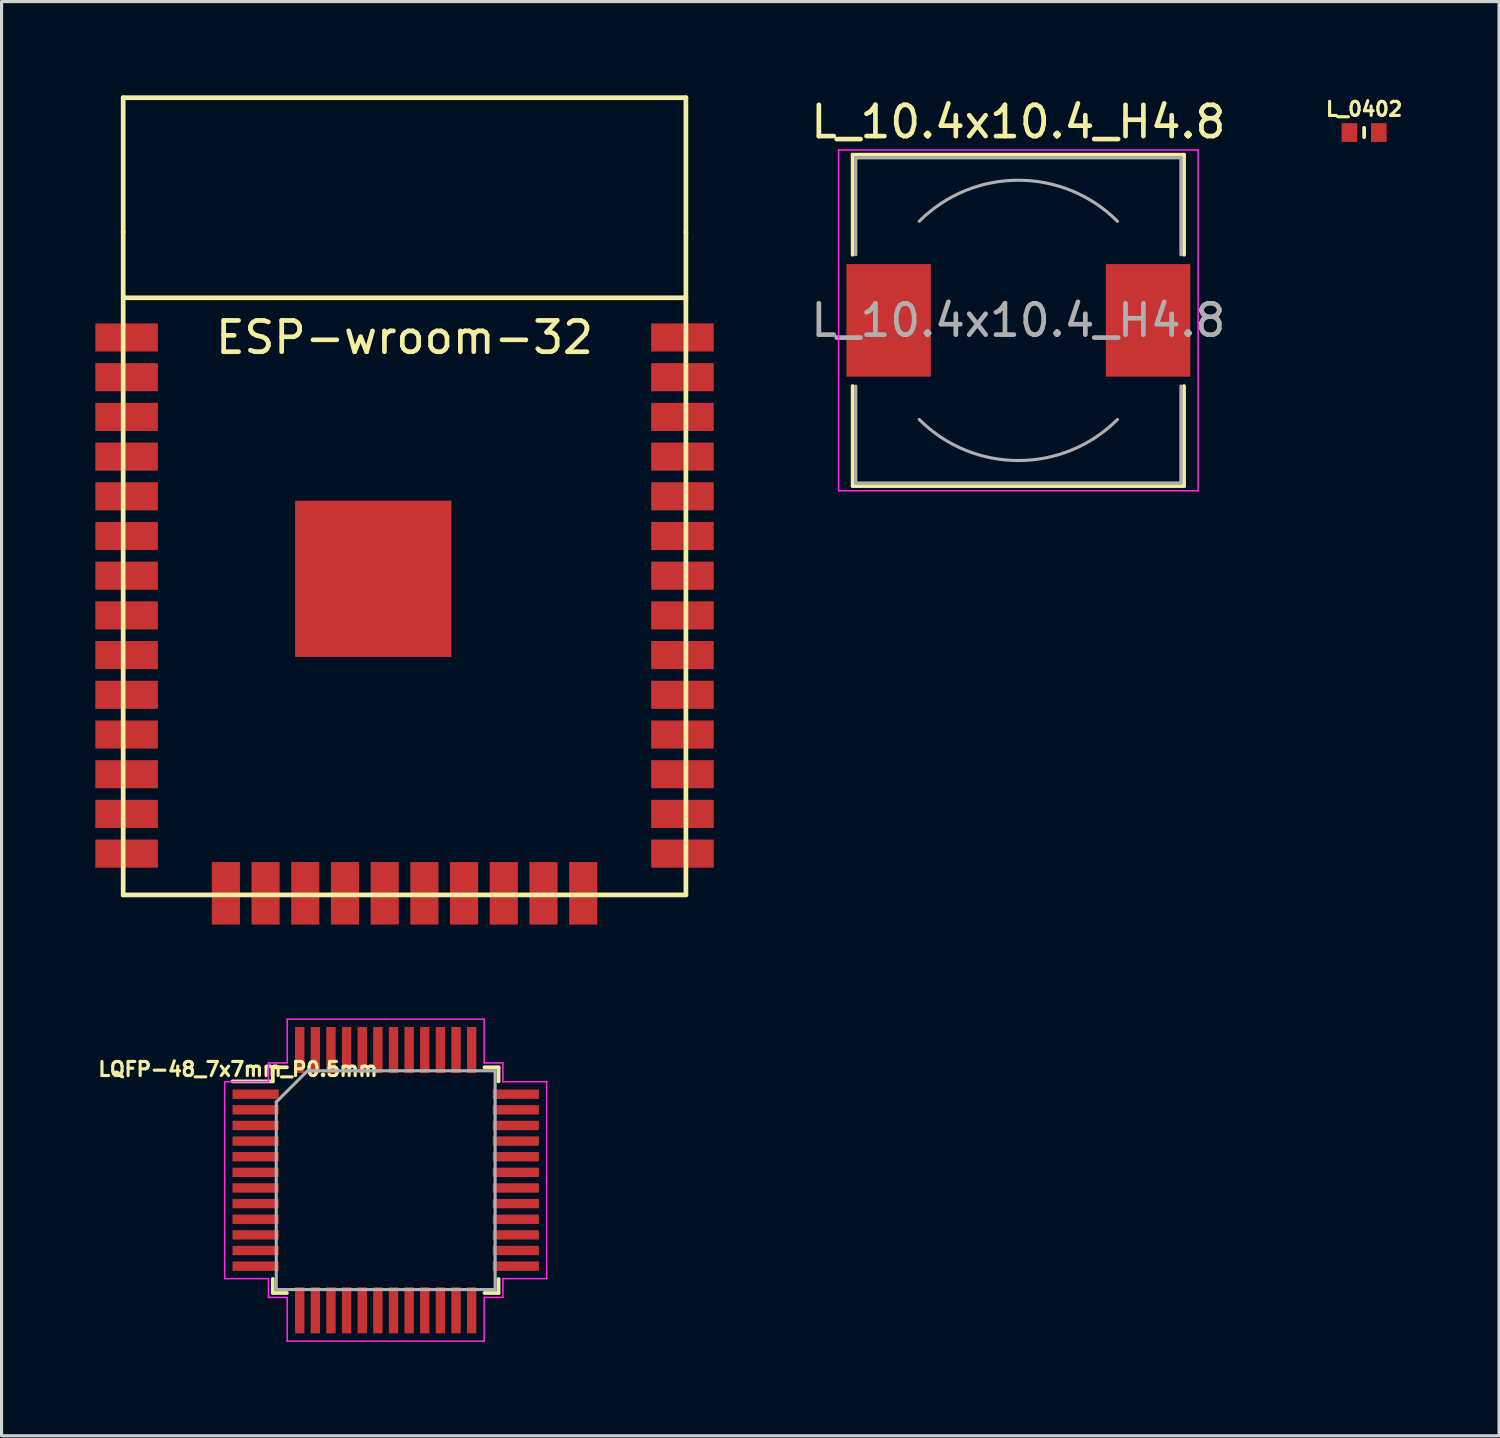
<source format=kicad_pcb>
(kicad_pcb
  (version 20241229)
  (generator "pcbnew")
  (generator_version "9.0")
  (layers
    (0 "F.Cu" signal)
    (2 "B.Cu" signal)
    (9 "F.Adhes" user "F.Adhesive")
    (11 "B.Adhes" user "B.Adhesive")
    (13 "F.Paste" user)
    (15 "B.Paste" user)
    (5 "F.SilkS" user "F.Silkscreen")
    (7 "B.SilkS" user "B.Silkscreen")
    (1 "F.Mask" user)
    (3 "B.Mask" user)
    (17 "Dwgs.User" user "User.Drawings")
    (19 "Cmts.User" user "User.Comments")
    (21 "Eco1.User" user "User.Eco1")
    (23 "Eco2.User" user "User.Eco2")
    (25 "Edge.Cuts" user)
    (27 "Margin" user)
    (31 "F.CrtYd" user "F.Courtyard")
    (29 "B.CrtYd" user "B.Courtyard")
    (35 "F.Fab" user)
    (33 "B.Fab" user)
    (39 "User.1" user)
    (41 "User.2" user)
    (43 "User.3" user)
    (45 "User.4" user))
  (footprint "L_10.4x10.4_H4.8"
    (layer "F.Cu")
    (at 29.524 7.198)
    (property "Reference" "L_10.4x10.4_H4.8" (at 0 -6.35 180) (layer "F.SilkS") (effects (font (size 1 1) (thickness 0.15))))
    (attr smd)
    (fp_line (start -5.3 -5.3) (end 5.3 -5.3) (stroke (width 0.12) (type solid)) (layer "F.SilkS"))
    (fp_line (start -5.3 -2.1) (end -5.3 -5.3) (stroke (width 0.12) (type solid)) (layer "F.SilkS"))
    (fp_line (start -5.3 5.3) (end -5.3 2.1) (stroke (width 0.12) (type solid)) (layer "F.SilkS"))
    (fp_line (start 5.3 -5.3) (end 5.3 -2.1) (stroke (width 0.12) (type solid)) (layer "F.SilkS"))
    (fp_line (start 5.3 2.1) (end 5.3 5.3) (stroke (width 0.12) (type solid)) (layer "F.SilkS"))
    (fp_line (start 5.3 5.3) (end -5.3 5.3) (stroke (width 0.12) (type solid)) (layer "F.SilkS"))
    (fp_line (start -5.75 -5.45) (end -5.75 5.45) (stroke (width 0.05) (type solid)) (layer "F.CrtYd"))
    (fp_line (start -5.75 5.45) (end 5.75 5.45) (stroke (width 0.05) (type solid)) (layer "F.CrtYd"))
    (fp_line (start 5.75 -5.45) (end -5.75 -5.45) (stroke (width 0.05) (type solid)) (layer "F.CrtYd"))
    (fp_line (start 5.75 5.45) (end 5.75 -5.45) (stroke (width 0.05) (type solid)) (layer "F.CrtYd"))
    (fp_line (start -5.2 -5.2) (end -5.2 -2.1) (stroke (width 0.1) (type solid)) (layer "F.Fab"))
    (fp_line (start -5.2 -5.2) (end 5.2 -5.2) (stroke (width 0.1) (type solid)) (layer "F.Fab"))
    (fp_line (start -5.2 5.2) (end -5.2 2.1) (stroke (width 0.1) (type solid)) (layer "F.Fab"))
    (fp_line (start -5.2 5.2) (end 5.2 5.2) (stroke (width 0.1) (type solid)) (layer "F.Fab"))
    (fp_line (start 5.2 -5.2) (end 5.2 -2.1) (stroke (width 0.1) (type solid)) (layer "F.Fab"))
    (fp_line (start 5.2 5.2) (end 5.2 2.1) (stroke (width 0.1) (type solid)) (layer "F.Fab"))
    (fp_arc (start -3.17 -3.17) (mid 0 -4.483057) (end 3.17 -3.17) (stroke (width 0.1) (type solid)) (layer "F.Fab"))
    (fp_arc (start 3.17 3.17) (mid 0 4.483057) (end -3.17 3.17) (stroke (width 0.1) (type solid)) (layer "F.Fab"))
    (fp_text user "${REFERENCE}" (at 0 0 180) (layer "F.Fab") (effects (font (size 1 1) (thickness 0.15))))
    (pad "1" smd rect (at -4.15 0) (size 2.7 3.6) (layers "F.Cu" "F.Mask" "F.Paste"))
    (pad "2" smd rect (at 4.15 0) (size 2.7 3.6) (layers "F.Cu" "F.Mask" "F.Paste")))
  (footprint "ESP-wroom-32"
    (layer "F.Cu")
    (at 9.89 12.825)
    (property "Reference" "ESP-wroom-32" (at 0 -5.08 0) (layer "F.SilkS") (effects (font (size 1 1) (thickness 0.15))))
    (attr through_hole)
    (fp_line (start -9 -12.75) (end -9 -8.45) (stroke (width 0.15) (type solid)) (layer "F.SilkS"))
    (fp_line (start -9 -12.75) (end 9 -12.75) (stroke (width 0.15) (type solid)) (layer "F.SilkS"))
    (fp_line (start -9 -8.45) (end -9 12.75) (stroke (width 0.15) (type solid)) (layer "F.SilkS"))
    (fp_line (start -9 -6.35) (end 9 -6.35) (stroke (width 0.15) (type solid)) (layer "F.SilkS"))
    (fp_line (start -9 12.75) (end 9 12.75) (stroke (width 0.15) (type solid)) (layer "F.SilkS"))
    (fp_line (start 9 -12.75) (end 9 -8.45) (stroke (width 0.15) (type solid)) (layer "F.SilkS"))
    (fp_line (start 9 12.75) (end 9 -8.45) (stroke (width 0.15) (type solid)) (layer "F.SilkS"))
    (pad "1" smd rect (at -8.89 -5.08) (size 2 0.9) (layers "F.Cu" "F.Mask" "F.Paste"))
    (pad "2" smd rect (at -8.89 -3.81) (size 2 0.9) (layers "F.Cu" "F.Mask" "F.Paste"))
    (pad "3" smd rect (at -8.89 -2.54) (size 2 0.9) (layers "F.Cu" "F.Mask" "F.Paste"))
    (pad "4" smd rect (at -8.89 -1.27) (size 2 0.9) (layers "F.Cu" "F.Mask" "F.Paste"))
    (pad "5" smd rect (at -8.89 0) (size 2 0.9) (layers "F.Cu" "F.Mask" "F.Paste"))
    (pad "6" smd rect (at -8.89 1.27) (size 2 0.9) (layers "F.Cu" "F.Mask" "F.Paste"))
    (pad "7" smd rect (at -8.89 2.54) (size 2 0.9) (layers "F.Cu" "F.Mask" "F.Paste"))
    (pad "8" smd rect (at -8.89 3.81) (size 2 0.9) (layers "F.Cu" "F.Mask" "F.Paste"))
    (pad "9" smd rect (at -8.89 5.08) (size 2 0.9) (layers "F.Cu" "F.Mask" "F.Paste"))
    (pad "10" smd rect (at -8.89 6.35) (size 2 0.9) (layers "F.Cu" "F.Mask" "F.Paste"))
    (pad "11" smd rect (at -8.89 7.62) (size 2 0.9) (layers "F.Cu" "F.Mask" "F.Paste"))
    (pad "12" smd rect (at -8.89 8.89) (size 2 0.9) (layers "F.Cu" "F.Mask" "F.Paste"))
    (pad "13" smd rect (at -8.89 10.16) (size 2 0.9) (layers "F.Cu" "F.Mask" "F.Paste"))
    (pad "14" smd rect (at -8.89 11.43) (size 2 0.9) (layers "F.Cu" "F.Mask" "F.Paste"))
    (pad "15" smd rect (at -5.715 12.7) (size 0.9 2) (layers "F.Cu" "F.Mask" "F.Paste"))
    (pad "16" smd rect (at -4.445 12.7) (size 0.9 2) (layers "F.Cu" "F.Mask" "F.Paste"))
    (pad "17" smd rect (at -3.175 12.7) (size 0.9 2) (layers "F.Cu" "F.Mask" "F.Paste"))
    (pad "18" smd rect (at -1.905 12.7) (size 0.9 2) (layers "F.Cu" "F.Mask" "F.Paste"))
    (pad "19" smd rect (at -0.635 12.7) (size 0.9 2) (layers "F.Cu" "F.Mask" "F.Paste"))
    (pad "20" smd rect (at 0.635 12.7) (size 0.9 2) (layers "F.Cu" "F.Mask" "F.Paste"))
    (pad "21" smd rect (at 1.905 12.7) (size 0.9 2) (layers "F.Cu" "F.Mask" "F.Paste"))
    (pad "22" smd rect (at 3.175 12.7) (size 0.9 2) (layers "F.Cu" "F.Mask" "F.Paste"))
    (pad "23" smd rect (at 4.445 12.7) (size 0.9 2) (layers "F.Cu" "F.Mask" "F.Paste"))
    (pad "24" smd rect (at 5.715 12.7) (size 0.9 2) (layers "F.Cu" "F.Mask" "F.Paste"))
    (pad "25" smd rect (at 8.89 11.43) (size 2 0.9) (layers "F.Cu" "F.Mask" "F.Paste"))
    (pad "26" smd rect (at 8.89 10.16) (size 2 0.9) (layers "F.Cu" "F.Mask" "F.Paste"))
    (pad "27" smd rect (at 8.89 8.89) (size 2 0.9) (layers "F.Cu" "F.Mask" "F.Paste"))
    (pad "28" smd rect (at 8.89 7.62) (size 2 0.9) (layers "F.Cu" "F.Mask" "F.Paste"))
    (pad "29" smd rect (at 8.89 6.35) (size 2 0.9) (layers "F.Cu" "F.Mask" "F.Paste"))
    (pad "30" smd rect (at 8.89 5.08) (size 2 0.9) (layers "F.Cu" "F.Mask" "F.Paste"))
    (pad "31" smd rect (at 8.89 3.81) (size 2 0.9) (layers "F.Cu" "F.Mask" "F.Paste"))
    (pad "32" smd rect (at 8.89 2.54) (size 2 0.9) (layers "F.Cu" "F.Mask" "F.Paste"))
    (pad "33" smd rect (at 8.89 1.27) (size 2 0.9) (layers "F.Cu" "F.Mask" "F.Paste"))
    (pad "34" smd rect (at 8.89 0) (size 2 0.9) (layers "F.Cu" "F.Mask" "F.Paste"))
    (pad "35" smd rect (at 8.89 -1.27) (size 2 0.9) (layers "F.Cu" "F.Mask" "F.Paste"))
    (pad "36" smd rect (at 8.89 -2.54) (size 2 0.9) (layers "F.Cu" "F.Mask" "F.Paste"))
    (pad "37" smd rect (at 8.89 -3.81) (size 2 0.9) (layers "F.Cu" "F.Mask" "F.Paste"))
    (pad "38" smd rect (at 8.89 -5.08) (size 2 0.9) (layers "F.Cu" "F.Mask" "F.Paste"))
    (pad "GND" smd rect (at -1 2.64) (size 5 5) (layers "F.Cu" "F.Mask" "F.Paste")))
  (footprint "LQFP-48_7x7mm_P0.5mm"
    (layer "F.Cu")
    (at 9.287 34.7)
    (property "Reference" "LQFP-48_7x7mm_P0.5mm" (at -4.725 -3.55 0) (layer "F.SilkS") (effects (font (size 0.45 0.45) (thickness 0.1))))
    (attr smd)
    (fp_line (start -3.61 -3.61) (end -3.61 -3.16) (stroke (width 0.12) (type solid)) (layer "F.SilkS"))
    (fp_line (start -3.61 -3.16) (end -4.9 -3.16) (stroke (width 0.12) (type solid)) (layer "F.SilkS"))
    (fp_line (start -3.61 3.61) (end -3.61 3.16) (stroke (width 0.12) (type solid)) (layer "F.SilkS"))
    (fp_line (start -3.16 -3.61) (end -3.61 -3.61) (stroke (width 0.12) (type solid)) (layer "F.SilkS"))
    (fp_line (start -3.16 3.61) (end -3.61 3.61) (stroke (width 0.12) (type solid)) (layer "F.SilkS"))
    (fp_line (start 3.16 -3.61) (end 3.61 -3.61) (stroke (width 0.12) (type solid)) (layer "F.SilkS"))
    (fp_line (start 3.16 3.61) (end 3.61 3.61) (stroke (width 0.12) (type solid)) (layer "F.SilkS"))
    (fp_line (start 3.61 -3.61) (end 3.61 -3.16) (stroke (width 0.12) (type solid)) (layer "F.SilkS"))
    (fp_line (start 3.61 3.61) (end 3.61 3.16) (stroke (width 0.12) (type solid)) (layer "F.SilkS"))
    (fp_line (start -5.15 -3.15) (end -5.15 0) (stroke (width 0.05) (type solid)) (layer "F.CrtYd"))
    (fp_line (start -5.15 3.15) (end -5.15 0) (stroke (width 0.05) (type solid)) (layer "F.CrtYd"))
    (fp_line (start -3.75 -3.75) (end -3.75 -3.15) (stroke (width 0.05) (type solid)) (layer "F.CrtYd"))
    (fp_line (start -3.75 -3.15) (end -5.15 -3.15) (stroke (width 0.05) (type solid)) (layer "F.CrtYd"))
    (fp_line (start -3.75 3.15) (end -5.15 3.15) (stroke (width 0.05) (type solid)) (layer "F.CrtYd"))
    (fp_line (start -3.75 3.75) (end -3.75 3.15) (stroke (width 0.05) (type solid)) (layer "F.CrtYd"))
    (fp_line (start -3.15 -5.15) (end -3.15 -3.75) (stroke (width 0.05) (type solid)) (layer "F.CrtYd"))
    (fp_line (start -3.15 -3.75) (end -3.75 -3.75) (stroke (width 0.05) (type solid)) (layer "F.CrtYd"))
    (fp_line (start -3.15 3.75) (end -3.75 3.75) (stroke (width 0.05) (type solid)) (layer "F.CrtYd"))
    (fp_line (start -3.15 5.15) (end -3.15 3.75) (stroke (width 0.05) (type solid)) (layer "F.CrtYd"))
    (fp_line (start 0 -5.15) (end -3.15 -5.15) (stroke (width 0.05) (type solid)) (layer "F.CrtYd"))
    (fp_line (start 0 -5.15) (end 3.15 -5.15) (stroke (width 0.05) (type solid)) (layer "F.CrtYd"))
    (fp_line (start 0 5.15) (end -3.15 5.15) (stroke (width 0.05) (type solid)) (layer "F.CrtYd"))
    (fp_line (start 0 5.15) (end 3.15 5.15) (stroke (width 0.05) (type solid)) (layer "F.CrtYd"))
    (fp_line (start 3.15 -5.15) (end 3.15 -3.75) (stroke (width 0.05) (type solid)) (layer "F.CrtYd"))
    (fp_line (start 3.15 -3.75) (end 3.75 -3.75) (stroke (width 0.05) (type solid)) (layer "F.CrtYd"))
    (fp_line (start 3.15 3.75) (end 3.75 3.75) (stroke (width 0.05) (type solid)) (layer "F.CrtYd"))
    (fp_line (start 3.15 5.15) (end 3.15 3.75) (stroke (width 0.05) (type solid)) (layer "F.CrtYd"))
    (fp_line (start 3.75 -3.75) (end 3.75 -3.15) (stroke (width 0.05) (type solid)) (layer "F.CrtYd"))
    (fp_line (start 3.75 -3.15) (end 5.15 -3.15) (stroke (width 0.05) (type solid)) (layer "F.CrtYd"))
    (fp_line (start 3.75 3.15) (end 5.15 3.15) (stroke (width 0.05) (type solid)) (layer "F.CrtYd"))
    (fp_line (start 3.75 3.75) (end 3.75 3.15) (stroke (width 0.05) (type solid)) (layer "F.CrtYd"))
    (fp_line (start 5.15 -3.15) (end 5.15 0) (stroke (width 0.05) (type solid)) (layer "F.CrtYd"))
    (fp_line (start 5.15 3.15) (end 5.15 0) (stroke (width 0.05) (type solid)) (layer "F.CrtYd"))
    (fp_line (start -3.5 -2.5) (end -2.5 -3.5) (stroke (width 0.1) (type solid)) (layer "F.Fab"))
    (fp_line (start -3.5 3.5) (end -3.5 -2.5) (stroke (width 0.1) (type solid)) (layer "F.Fab"))
    (fp_line (start -2.5 -3.5) (end 3.5 -3.5) (stroke (width 0.1) (type solid)) (layer "F.Fab"))
    (fp_line (start 3.5 -3.5) (end 3.5 3.5) (stroke (width 0.1) (type solid)) (layer "F.Fab"))
    (fp_line (start 3.5 3.5) (end -3.5 3.5) (stroke (width 0.1) (type solid)) (layer "F.Fab"))
    (pad "1" smd rect (at -4.162 -2.75) (size 1.475 0.3) (layers "F.Cu" "F.Mask" "F.Paste"))
    (pad "2" smd rect (at -4.162 -2.25) (size 1.475 0.3) (layers "F.Cu" "F.Mask" "F.Paste"))
    (pad "3" smd rect (at -4.162 -1.75) (size 1.475 0.3) (layers "F.Cu" "F.Mask" "F.Paste"))
    (pad "4" smd rect (at -4.162 -1.25) (size 1.475 0.3) (layers "F.Cu" "F.Mask" "F.Paste"))
    (pad "5" smd rect (at -4.162 -0.75) (size 1.475 0.3) (layers "F.Cu" "F.Mask" "F.Paste"))
    (pad "6" smd rect (at -4.162 -0.25) (size 1.475 0.3) (layers "F.Cu" "F.Mask" "F.Paste"))
    (pad "7" smd rect (at -4.162 0.25) (size 1.475 0.3) (layers "F.Cu" "F.Mask" "F.Paste"))
    (pad "8" smd rect (at -4.162 0.75) (size 1.475 0.3) (layers "F.Cu" "F.Mask" "F.Paste"))
    (pad "9" smd rect (at -4.162 1.25) (size 1.475 0.3) (layers "F.Cu" "F.Mask" "F.Paste"))
    (pad "10" smd rect (at -4.162 1.75) (size 1.475 0.3) (layers "F.Cu" "F.Mask" "F.Paste"))
    (pad "11" smd rect (at -4.162 2.25) (size 1.475 0.3) (layers "F.Cu" "F.Mask" "F.Paste"))
    (pad "12" smd rect (at -4.162 2.75) (size 1.475 0.3) (layers "F.Cu" "F.Mask" "F.Paste"))
    (pad "13" smd rect (at -2.75 4.162) (size 0.3 1.475) (layers "F.Cu" "F.Mask" "F.Paste"))
    (pad "14" smd rect (at -2.25 4.162) (size 0.3 1.475) (layers "F.Cu" "F.Mask" "F.Paste"))
    (pad "15" smd rect (at -1.75 4.162) (size 0.3 1.475) (layers "F.Cu" "F.Mask" "F.Paste"))
    (pad "16" smd rect (at -1.25 4.162) (size 0.3 1.475) (layers "F.Cu" "F.Mask" "F.Paste"))
    (pad "17" smd rect (at -0.75 4.162) (size 0.3 1.475) (layers "F.Cu" "F.Mask" "F.Paste"))
    (pad "18" smd rect (at -0.25 4.162) (size 0.3 1.475) (layers "F.Cu" "F.Mask" "F.Paste"))
    (pad "19" smd rect (at 0.25 4.162) (size 0.3 1.475) (layers "F.Cu" "F.Mask" "F.Paste"))
    (pad "20" smd rect (at 0.75 4.162) (size 0.3 1.475) (layers "F.Cu" "F.Mask" "F.Paste"))
    (pad "21" smd rect (at 1.25 4.162) (size 0.3 1.475) (layers "F.Cu" "F.Mask" "F.Paste"))
    (pad "22" smd rect (at 1.75 4.162) (size 0.3 1.475) (layers "F.Cu" "F.Mask" "F.Paste"))
    (pad "23" smd rect (at 2.25 4.162) (size 0.3 1.475) (layers "F.Cu" "F.Mask" "F.Paste"))
    (pad "24" smd rect (at 2.75 4.162) (size 0.3 1.475) (layers "F.Cu" "F.Mask" "F.Paste"))
    (pad "25" smd rect (at 4.162 2.75) (size 1.475 0.3) (layers "F.Cu" "F.Mask" "F.Paste"))
    (pad "26" smd rect (at 4.162 2.25) (size 1.475 0.3) (layers "F.Cu" "F.Mask" "F.Paste"))
    (pad "27" smd rect (at 4.162 1.75) (size 1.475 0.3) (layers "F.Cu" "F.Mask" "F.Paste"))
    (pad "28" smd rect (at 4.162 1.25) (size 1.475 0.3) (layers "F.Cu" "F.Mask" "F.Paste"))
    (pad "29" smd rect (at 4.162 0.75) (size 1.475 0.3) (layers "F.Cu" "F.Mask" "F.Paste"))
    (pad "30" smd rect (at 4.162 0.25) (size 1.475 0.3) (layers "F.Cu" "F.Mask" "F.Paste"))
    (pad "31" smd rect (at 4.162 -0.25) (size 1.475 0.3) (layers "F.Cu" "F.Mask" "F.Paste"))
    (pad "32" smd rect (at 4.162 -0.75) (size 1.475 0.3) (layers "F.Cu" "F.Mask" "F.Paste"))
    (pad "33" smd rect (at 4.162 -1.25) (size 1.475 0.3) (layers "F.Cu" "F.Mask" "F.Paste"))
    (pad "34" smd rect (at 4.162 -1.75) (size 1.475 0.3) (layers "F.Cu" "F.Mask" "F.Paste"))
    (pad "35" smd rect (at 4.162 -2.25) (size 1.475 0.3) (layers "F.Cu" "F.Mask" "F.Paste"))
    (pad "36" smd rect (at 4.162 -2.75) (size 1.475 0.3) (layers "F.Cu" "F.Mask" "F.Paste"))
    (pad "37" smd rect (at 2.75 -4.162) (size 0.3 1.475) (layers "F.Cu" "F.Mask" "F.Paste"))
    (pad "38" smd rect (at 2.25 -4.162) (size 0.3 1.475) (layers "F.Cu" "F.Mask" "F.Paste"))
    (pad "39" smd rect (at 1.75 -4.162) (size 0.3 1.475) (layers "F.Cu" "F.Mask" "F.Paste"))
    (pad "40" smd rect (at 1.25 -4.162) (size 0.3 1.475) (layers "F.Cu" "F.Mask" "F.Paste"))
    (pad "41" smd rect (at 0.75 -4.162) (size 0.3 1.475) (layers "F.Cu" "F.Mask" "F.Paste"))
    (pad "42" smd rect (at 0.25 -4.162) (size 0.3 1.475) (layers "F.Cu" "F.Mask" "F.Paste"))
    (pad "43" smd rect (at -0.25 -4.162) (size 0.3 1.475) (layers "F.Cu" "F.Mask" "F.Paste"))
    (pad "44" smd rect (at -0.75 -4.162) (size 0.3 1.475) (layers "F.Cu" "F.Mask" "F.Paste"))
    (pad "45" smd rect (at -1.25 -4.162) (size 0.3 1.475) (layers "F.Cu" "F.Mask" "F.Paste"))
    (pad "46" smd rect (at -1.75 -4.162) (size 0.3 1.475) (layers "F.Cu" "F.Mask" "F.Paste"))
    (pad "47" smd rect (at -2.25 -4.162) (size 0.3 1.475) (layers "F.Cu" "F.Mask" "F.Paste"))
    (pad "48" smd rect (at -2.75 -4.162) (size 0.3 1.475) (layers "F.Cu" "F.Mask" "F.Paste")))
  (footprint "L_0402"
    (layer "F.Cu")
    (at 40.584 1.189)
    (property "Reference" "L_0402" (at 0 -0.75 0) (layer "F.SilkS") (effects (font (size 0.45 0.45) (thickness 0.1))))
    (attr smd)
    (fp_line (start 0 0.15) (end 0 -0.15) (stroke (width 0.12) (type solid)) (layer "F.SilkS"))
    (pad "1" smd rect (at -0.47 0) (size 0.5 0.6) (layers "F.Cu" "F.Mask" "F.Paste"))
    (pad "2" smd rect (at 0.47 0) (size 0.5 0.6) (layers "F.Cu" "F.Mask" "F.Paste")))
  (gr_rect
    (start -3 -3)
    (end 44.9 42.875)
    (stroke (width 0.1) (type default))
    (fill no)
    (layer "Edge.Cuts")))
</source>
